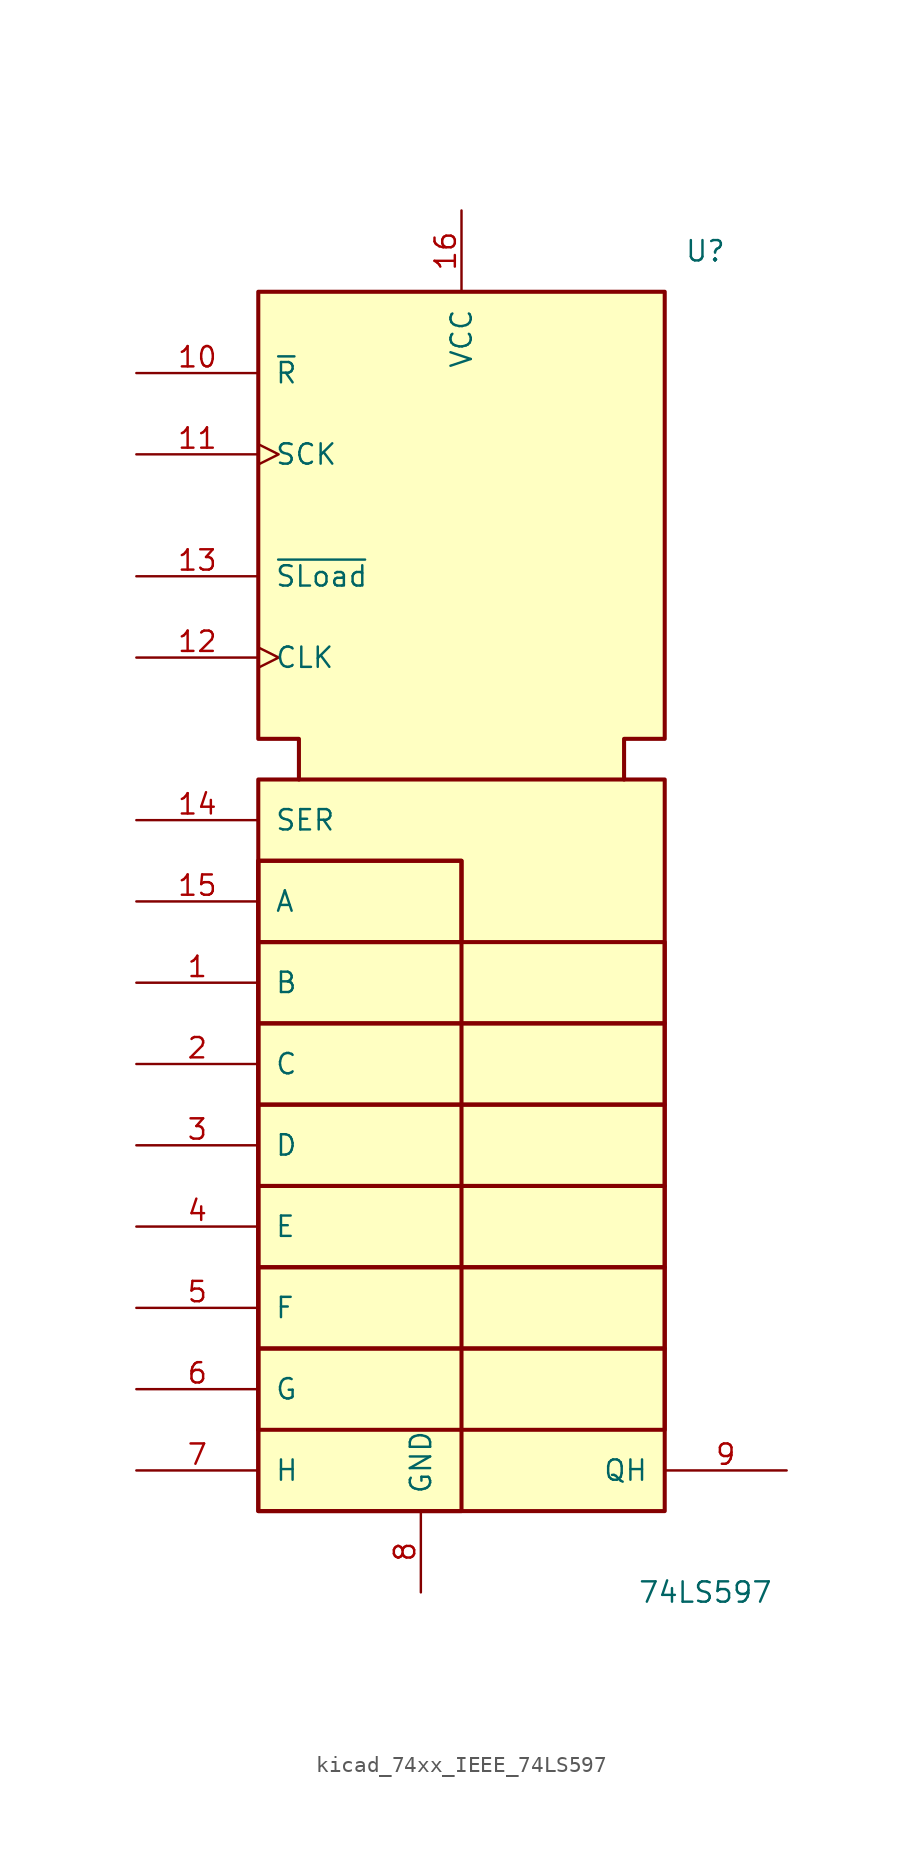
<source format=kicad_sym>
(kicad_symbol_lib
  (version 20220914)
  (generator kicad_symbol_editor)
  (symbol "kicad_74xx_IEEE_74LS597"
    (pin_names
      (offset 1.016))
    (property "Reference" "U"
      (at 15.24 43.18 0)
      (effects (font (size 1.27 1.27))))
    (property "Value" "74LS597"
      (at 15.24 -40.64 0)
      (effects (font (size 1.27 1.27))))
    (symbol "kicad_74xx_IEEE_74LS597_0_0"
      (rectangle (start -12.7 -30.48) (end -12.7 -30.48) (stroke (width 0.254) (type default)) (fill (type background)))
      (rectangle (start -12.7 -25.4) (end 12.7 -30.48) (stroke (width 0.254) (type default)) (fill (type background)))
      (rectangle (start -12.7 -20.32) (end 12.7 -25.4) (stroke (width 0.254) (type default)) (fill (type background)))
      (rectangle (start -12.7 -15.24) (end 12.7 -20.32) (stroke (width 0.254) (type default)) (fill (type background)))
      (rectangle (start -12.7 -10.16) (end 12.7 -15.24) (stroke (width 0.254) (type default)) (fill (type background)))
      (rectangle (start -12.7 -5.08) (end 12.7 -10.16) (stroke (width 0.254) (type default)) (fill (type background)))
      (rectangle (start -12.7 0) (end 12.7 -5.08) (stroke (width 0.254) (type default)) (fill (type background)))
      (rectangle (start -12.7 5.08) (end 0 -35.56) (stroke (width 0.254) (type default)) (fill (type background)))
      (rectangle (start -12.7 5.08) (end 0 0) (stroke (width 0.254) (type default)) (fill (type background)))
      (rectangle (start -12.7 10.16) (end 12.7 -35.56) (stroke (width 0.254) (type default)) (fill (type background)))
      (polyline (pts (xy -10.16 10.16) (xy -10.16 12.7) (xy -12.7 12.7) (xy -12.7 40.64) (xy 12.7 40.64) (xy 12.7 12.7) (xy 10.16 12.7) (xy 10.16 10.16) (xy 10.16 10.16)) (stroke (width 0.254) (type default)) (fill (type background))))
    (symbol "kicad_74xx_IEEE_74LS597_0_1"
      (pin power_in line (at -2.54 -40.64 90) (length 5.08) (name "GND" (effects (font (size 1.27 1.27)))) (number "8" (effects (font (size 1.27 1.27))))))
    (symbol "kicad_74xx_IEEE_74LS597_1_1"
      (pin input line (at -20.32 -2.54 0) (length 7.62) (name "B" (effects (font (size 1.27 1.27)))) (number "1" (effects (font (size 1.27 1.27)))))
      (pin input line (at -20.32 35.56 0) (length 7.62) (name "~{R}" (effects (font (size 1.27 1.27)))) (number "10" (effects (font (size 1.27 1.27)))))
      (pin input clock (at -20.32 30.48 0) (length 7.62) (name "SCK" (effects (font (size 1.27 1.27)))) (number "11" (effects (font (size 1.27 1.27)))))
      (pin input clock (at -20.32 17.78 0) (length 7.62) (name "CLK" (effects (font (size 1.27 1.27)))) (number "12" (effects (font (size 1.27 1.27)))))
      (pin input line (at -20.32 22.86 0) (length 7.62) (name "~{SLoad}" (effects (font (size 1.27 1.27)))) (number "13" (effects (font (size 1.27 1.27)))))
      (pin input line (at -20.32 7.62 0) (length 7.62) (name "SER" (effects (font (size 1.27 1.27)))) (number "14" (effects (font (size 1.27 1.27)))))
      (pin input line (at -20.32 2.54 0) (length 7.62) (name "A" (effects (font (size 1.27 1.27)))) (number "15" (effects (font (size 1.27 1.27)))))
      (pin power_in line (at 0 45.72 270) (length 5.08) (name "VCC" (effects (font (size 1.27 1.27)))) (number "16" (effects (font (size 1.27 1.27)))))
      (pin input line (at -20.32 -7.62 0) (length 7.62) (name "C" (effects (font (size 1.27 1.27)))) (number "2" (effects (font (size 1.27 1.27)))))
      (pin input line (at -20.32 -12.7 0) (length 7.62) (name "D" (effects (font (size 1.27 1.27)))) (number "3" (effects (font (size 1.27 1.27)))))
      (pin input line (at -20.32 -17.78 0) (length 7.62) (name "E" (effects (font (size 1.27 1.27)))) (number "4" (effects (font (size 1.27 1.27)))))
      (pin input line (at -20.32 -22.86 0) (length 7.62) (name "F" (effects (font (size 1.27 1.27)))) (number "5" (effects (font (size 1.27 1.27)))))
      (pin input line (at -20.32 -27.94 0) (length 7.62) (name "G" (effects (font (size 1.27 1.27)))) (number "6" (effects (font (size 1.27 1.27)))))
      (pin input line (at -20.32 -33.02 0) (length 7.62) (name "H" (effects (font (size 1.27 1.27)))) (number "7" (effects (font (size 1.27 1.27)))))
      (pin tri_state line (at 20.32 -33.02 180) (length 7.62) (name "QH" (effects (font (size 1.27 1.27)))) (number "9" (effects (font (size 1.27 1.27))))))))
</source>
